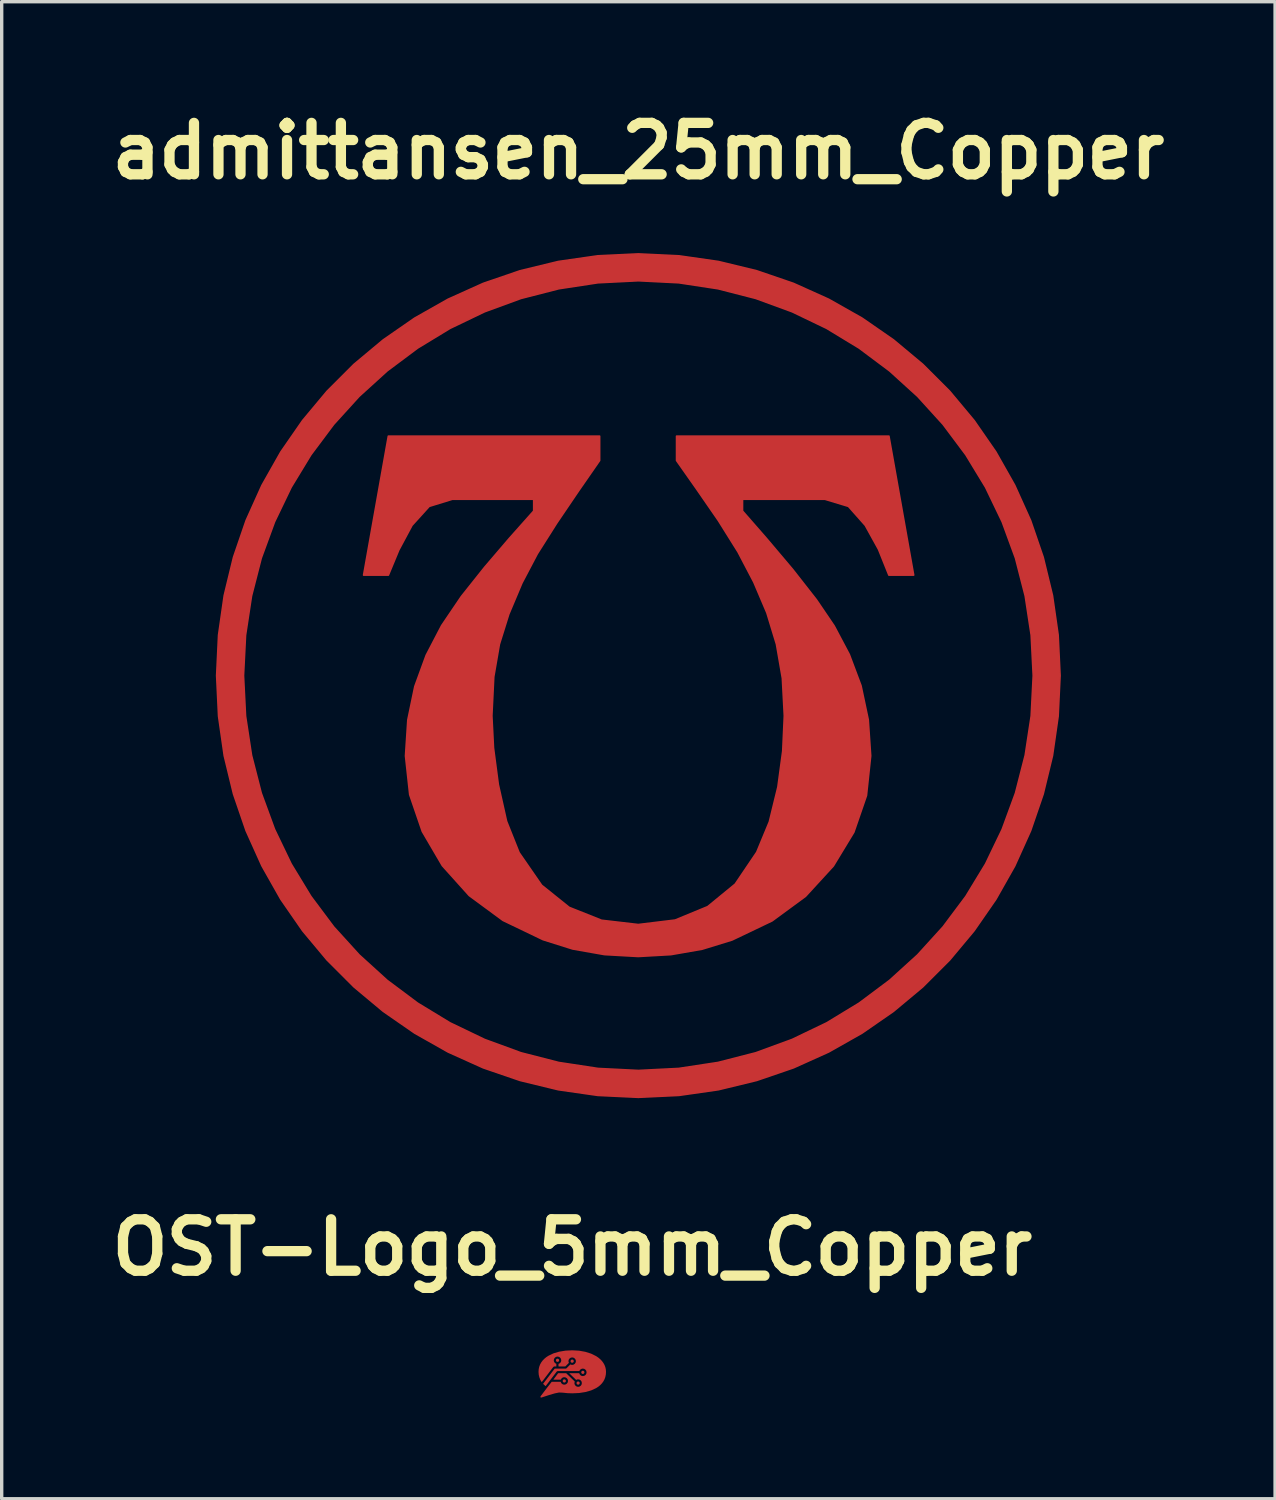
<source format=kicad_pcb>
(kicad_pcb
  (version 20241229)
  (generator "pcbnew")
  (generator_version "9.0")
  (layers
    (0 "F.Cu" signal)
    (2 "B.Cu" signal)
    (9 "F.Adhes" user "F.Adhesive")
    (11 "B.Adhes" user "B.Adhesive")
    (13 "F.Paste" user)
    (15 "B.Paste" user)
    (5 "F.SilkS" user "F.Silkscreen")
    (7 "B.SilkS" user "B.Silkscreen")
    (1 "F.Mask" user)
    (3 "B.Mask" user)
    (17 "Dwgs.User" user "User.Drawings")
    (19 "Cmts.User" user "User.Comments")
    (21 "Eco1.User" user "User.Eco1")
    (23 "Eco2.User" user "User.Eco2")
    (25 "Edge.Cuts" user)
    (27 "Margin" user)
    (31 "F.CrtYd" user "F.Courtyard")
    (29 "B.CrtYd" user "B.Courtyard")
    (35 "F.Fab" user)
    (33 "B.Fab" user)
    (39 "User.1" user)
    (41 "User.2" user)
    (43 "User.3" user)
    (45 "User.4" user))
  (footprint "admittansen_25mm_Copper"
    (layer "F.Cu")
    (at 15.871 16.975)
    (property "Reference" "admittansen_25mm_Copper" (at 0 -15.548 0) (layer "F.SilkS") (effects (font (size 1.524 1.524) (thickness 0.305))))
    (attr exclude_from_pos_files exclude_from_bom)
    (fp_poly (pts (xy -8.143 -2.979) (xy -7.41 -7.097) (xy -1.149 -7.097) (xy -1.149 -6.375) (xy -1.791 -5.449) (xy -2.422 -4.518) (xy -2.998 -3.608) (xy -3.452 -2.745) (xy -3.842 -1.82) (xy -4.12 -0.931) (xy -4.287 0.035) (xy -4.343 1.192) (xy -4.295 2.142) (xy -4.152 3.229) (xy -3.908 4.317) (xy -3.537 5.246) (xy -2.868 6.214) (xy -2.051 6.87) (xy -1.093 7.252) (xy -0.003 7.379) (xy 1.091 7.246) (xy 2.056 6.848) (xy 2.871 6.18) (xy 3.51 5.235) (xy 3.884 4.333) (xy 4.136 3.304) (xy 4.28 2.235) (xy 4.327 1.192) (xy 4.269 0.078) (xy 4.094 -0.931) (xy 3.81 -1.862) (xy 3.425 -2.767) (xy 2.956 -3.663) (xy 2.375 -4.592) (xy 1.741 -5.51) (xy 1.133 -6.375) (xy 1.133 -7.097) (xy 7.426 -7.097) (xy 8.159 -2.979) (xy 7.426 -2.979) (xy 7.119 -3.743) (xy 6.726 -4.454) (xy 6.227 -5.017) (xy 5.527 -5.229) (xy 3.086 -5.229) (xy 3.086 -4.879) (xy 3.802 -4.059) (xy 4.571 -3.149) (xy 5.277 -2.247) (xy 5.803 -1.472) (xy 6.251 -0.626) (xy 6.599 0.3) (xy 6.813 1.309) (xy 6.885 2.38) (xy 6.76 3.556) (xy 6.386 4.641) (xy 5.779 5.641) (xy 4.954 6.541) (xy 3.964 7.268) (xy 2.778 7.835) (xy 1.894 8.107) (xy 0.967 8.269) (xy -0.003 8.324) (xy -1.005 8.268) (xy -1.946 8.102) (xy -2.826 7.825) (xy -4.014 7.254) (xy -5.012 6.519) (xy -5.81 5.631) (xy -6.402 4.62) (xy -6.776 3.529) (xy -6.901 2.38) (xy -6.832 1.314) (xy -6.625 0.322) (xy -6.288 -0.602) (xy -5.829 -1.483) (xy -5.245 -2.345) (xy -4.555 -3.212) (xy -3.826 -4.064) (xy -3.101 -4.879) (xy -3.101 -5.229) (xy -5.511 -5.229) (xy -6.2 -5.017) (xy -6.71 -4.454) (xy -7.102 -3.722) (xy -7.41 -2.979) (xy -8.143 -2.979) (xy -8.143 -2.979)) (stroke (width 0.05) (type solid)) (fill yes) (layer "F.Cu"))
    (fp_poly (pts (xy 0 -12.5) (xy 0 -11.703) (xy 1.197 -11.643) (xy 2.36 -11.466) (xy 3.482 -11.178) (xy 4.557 -10.784) (xy 5.581 -10.292) (xy 6.545 -9.706) (xy 7.446 -9.032) (xy 8.277 -8.277) (xy 9.032 -7.446) (xy 9.706 -6.545) (xy 10.292 -5.581) (xy 10.784 -4.557) (xy 11.178 -3.482) (xy 11.466 -2.36) (xy 11.643 -1.197) (xy 11.703 0) (xy 11.643 1.197) (xy 11.466 2.36) (xy 11.178 3.482) (xy 10.784 4.557) (xy 10.292 5.581) (xy 9.706 6.545) (xy 9.032 7.446) (xy 8.277 8.277) (xy 7.446 9.032) (xy 6.545 9.706) (xy 5.581 10.292) (xy 4.557 10.784) (xy 3.482 11.178) (xy 2.36 11.466) (xy 1.197 11.643) (xy 0 11.703) (xy -1.197 11.643) (xy -2.36 11.466) (xy -3.482 11.178) (xy -4.557 10.784) (xy -5.581 10.292) (xy -6.545 9.706) (xy -7.446 9.032) (xy -8.277 8.277) (xy -9.032 7.446) (xy -9.706 6.545) (xy -10.292 5.581) (xy -10.784 4.557) (xy -11.178 3.482) (xy -11.466 2.36) (xy -11.643 1.197) (xy -11.703 0) (xy -11.643 -1.197) (xy -11.466 -2.36) (xy -11.178 -3.482) (xy -10.784 -4.557) (xy -10.292 -5.581) (xy -9.706 -6.545) (xy -9.032 -7.446) (xy -8.277 -8.277) (xy -7.446 -9.032) (xy -6.545 -9.706) (xy -5.581 -10.292) (xy -4.557 -10.784) (xy -3.482 -11.178) (xy -2.36 -11.466) (xy -1.197 -11.643) (xy 0 -11.703) (xy 0 -12.5) (xy -1.203 -12.443) (xy -2.374 -12.275) (xy -3.507 -12) (xy -4.598 -11.626) (xy -5.641 -11.156) (xy -6.631 -10.596) (xy -7.562 -9.951) (xy -8.429 -9.227) (xy -9.227 -8.429) (xy -9.951 -7.562) (xy -10.596 -6.631) (xy -11.156 -5.641) (xy -11.626 -4.598) (xy -12 -3.507) (xy -12.275 -2.374) (xy -12.443 -1.203) (xy -12.5 0) (xy -12.443 1.203) (xy -12.275 2.374) (xy -12 3.507) (xy -11.626 4.598) (xy -11.156 5.641) (xy -10.596 6.631) (xy -9.951 7.562) (xy -9.227 8.429) (xy -8.429 9.227) (xy -7.562 9.951) (xy -6.631 10.596) (xy -5.641 11.156) (xy -4.598 11.626) (xy -3.507 12) (xy -2.374 12.275) (xy -1.203 12.443) (xy 0 12.5) (xy 1.203 12.443) (xy 2.374 12.275) (xy 3.507 12) (xy 4.598 11.626) (xy 5.641 11.156) (xy 6.631 10.596) (xy 7.562 9.951) (xy 8.429 9.227) (xy 9.227 8.429) (xy 9.951 7.562) (xy 10.596 6.631) (xy 11.156 5.641) (xy 11.626 4.598) (xy 12 3.507) (xy 12.275 2.374) (xy 12.443 1.203) (xy 12.5 0) (xy 12.443 -1.203) (xy 12.275 -2.374) (xy 12 -3.507) (xy 11.626 -4.598) (xy 11.156 -5.641) (xy 10.596 -6.631) (xy 9.951 -7.562) (xy 9.227 -8.429) (xy 8.429 -9.227) (xy 7.562 -9.951) (xy 6.631 -10.596) (xy 5.641 -11.156) (xy 4.598 -11.626) (xy 3.507 -12) (xy 2.374 -12.275) (xy 1.203 -12.443) (xy 0 -12.5)) (stroke (width 0.047) (type solid)) (fill yes) (layer "F.Cu")))
  (footprint "OST-Logo_5mm_Copper"
    (layer "F.Cu")
    (at 13.912 37.673)
    (property "Reference" "OST-Logo_5mm_Copper" (at 0 -3.748 0) (layer "F.SilkS") (effects (font (size 1.524 1.524) (thickness 0.305))))
    (attr exclude_from_pos_files exclude_from_bom)
    (fp_poly (pts (xy -0.437 -0.452) (xy -0.456 -0.448) (xy -0.471 -0.438) (xy -0.481 -0.423) (xy -0.484 -0.404) (xy -0.481 -0.385) (xy -0.471 -0.37) (xy -0.456 -0.36) (xy -0.437 -0.356) (xy -0.418 -0.36) (xy -0.403 -0.37) (xy -0.393 -0.385) (xy -0.389 -0.404) (xy -0.393 -0.423) (xy -0.403 -0.438) (xy -0.418 -0.448) (xy -0.437 -0.452)) (stroke (width 0) (type solid)) (fill yes) (layer "F.Cu"))
    (fp_poly (pts (xy -0.236 0.16) (xy -0.255 0.164) (xy -0.27 0.174) (xy -0.28 0.189) (xy -0.284 0.208) (xy -0.28 0.227) (xy -0.27 0.242) (xy -0.255 0.252) (xy -0.236 0.256) (xy -0.218 0.252) (xy -0.203 0.242) (xy -0.192 0.227) (xy -0.189 0.208) (xy -0.192 0.189) (xy -0.203 0.174) (xy -0.218 0.164) (xy -0.236 0.16)) (stroke (width 0) (type solid)) (fill yes) (layer "F.Cu"))
    (fp_poly (pts (xy -0.003 -0.426) (xy -0.022 -0.422) (xy -0.037 -0.412) (xy -0.047 -0.397) (xy -0.051 -0.378) (xy -0.047 -0.359) (xy -0.037 -0.344) (xy -0.022 -0.334) (xy -0.003 -0.33) (xy 0.016 -0.334) (xy 0.031 -0.344) (xy 0.041 -0.359) (xy 0.045 -0.378) (xy 0.041 -0.397) (xy 0.031 -0.412) (xy 0.016 -0.422) (xy -0.003 -0.426)) (stroke (width 0) (type solid)) (fill yes) (layer "F.Cu"))
    (fp_poly (pts (xy 0.174 0.224) (xy 0.155 0.227) (xy 0.14 0.238) (xy 0.13 0.253) (xy 0.126 0.271) (xy 0.13 0.29) (xy 0.14 0.305) (xy 0.155 0.315) (xy 0.174 0.319) (xy 0.192 0.315) (xy 0.207 0.305) (xy 0.218 0.29) (xy 0.221 0.271) (xy 0.218 0.253) (xy 0.207 0.238) (xy 0.192 0.227) (xy 0.174 0.224)) (stroke (width 0) (type solid)) (fill yes) (layer "F.Cu"))
    (fp_poly (pts (xy 0.314 -0.095) (xy 0.295 -0.091) (xy 0.28 -0.081) (xy 0.27 -0.066) (xy 0.266 -0.047) (xy 0.27 -0.028) (xy 0.28 -0.013) (xy 0.295 -0.003) (xy 0.314 0.001) (xy 0.332 -0.003) (xy 0.347 -0.013) (xy 0.357 -0.028) (xy 0.361 -0.047) (xy 0.357 -0.066) (xy 0.347 -0.081) (xy 0.332 -0.091) (xy 0.314 -0.095)) (stroke (width 0) (type solid)) (fill yes) (layer "F.Cu"))
    (fp_poly (pts (xy -0.000016 -0.7) (xy -0.202 -0.69) (xy -0.389 -0.659) (xy -0.559 -0.609) (xy -0.707 -0.538) (xy -0.772 -0.496) (xy -0.829 -0.448) (xy -0.879 -0.396) (xy -0.921 -0.339) (xy -0.955 -0.277) (xy -0.98 -0.21) (xy -0.995 -0.139) (xy -1 -0.062) (xy -0.994 0.024) (xy -0.975 0.103) (xy -0.946 0.177) (xy -0.905 0.244) (xy -0.56 -0.209) (xy -0.535 -0.221) (xy -0.472 -0.221) (xy -0.472 -0.299) (xy -0.502 -0.315) (xy -0.526 -0.339) (xy -0.542 -0.369) (xy -0.548 -0.404) (xy -0.539 -0.447) (xy -0.515 -0.482) (xy -0.48 -0.506) (xy -0.437 -0.515) (xy -0.394 -0.506) (xy -0.359 -0.482) (xy -0.335 -0.447) (xy -0.326 -0.404) (xy -0.332 -0.368) (xy -0.35 -0.336) (xy -0.376 -0.312) (xy -0.408 -0.297) (xy -0.408 -0.221) (xy -0.207 -0.22) (xy -0.101 -0.327) (xy -0.114 -0.378) (xy -0.105 -0.421) (xy -0.081 -0.456) (xy -0.046 -0.48) (xy -0.003 -0.489) (xy 0.04 -0.48) (xy 0.075 -0.456) (xy 0.099 -0.421) (xy 0.108 -0.378) (xy 0.099 -0.335) (xy 0.075 -0.3) (xy 0.04 -0.276) (xy -0.003 -0.267) (xy -0.031 -0.271) (xy -0.057 -0.282) (xy -0.172 -0.166) (xy -0.194 -0.157) (xy -0.52 -0.158) (xy -0.865 0.294) (xy -0.79 0.363) (xy -0.458 -0.073) (xy -0.433 -0.085) (xy 0.21 -0.085) (xy 0.226 -0.114) (xy 0.25 -0.137) (xy 0.28 -0.152) (xy 0.314 -0.158) (xy 0.357 -0.149) (xy 0.392 -0.125) (xy 0.416 -0.09) (xy 0.424 -0.047) (xy 0.416 -0.004) (xy 0.392 0.032) (xy 0.357 0.055) (xy 0.314 0.064) (xy 0.276 0.058) (xy 0.245 0.04) (xy 0.221 0.012) (xy 0.206 -0.022) (xy -0.092 -0.022) (xy 0.115 0.178) (xy 0.143 0.165) (xy 0.174 0.161) (xy 0.217 0.169) (xy 0.252 0.193) (xy 0.276 0.228) (xy 0.284 0.271) (xy 0.276 0.315) (xy 0.252 0.35) (xy 0.217 0.374) (xy 0.174 0.383) (xy 0.131 0.374) (xy 0.096 0.35) (xy 0.072 0.315) (xy 0.063 0.271) (xy 0.074 0.225) (xy -0.181 -0.022) (xy -0.418 -0.022) (xy -0.561 0.171) (xy -0.34 0.171) (xy -0.324 0.142) (xy -0.3 0.118) (xy -0.271 0.102) (xy -0.236 0.097) (xy -0.193 0.106) (xy -0.158 0.13) (xy -0.134 0.165) (xy -0.126 0.208) (xy -0.134 0.251) (xy -0.158 0.286) (xy -0.193 0.31) (xy -0.236 0.319) (xy -0.273 0.313) (xy -0.305 0.295) (xy -0.329 0.268) (xy -0.343 0.234) (xy -0.61 0.234) (xy -0.739 0.399) (xy -0.932 0.653) (xy -0.944 0.674) (xy -0.941 0.695) (xy -0.929 0.7) (xy -0.914 0.699) (xy -0.895 0.694) (xy -0.684 0.625) (xy -0.515 0.576) (xy -0.392 0.551) (xy -0.279 0.556) (xy -0.143 0.57) (xy -0.000011 0.575) (xy 0.202 0.566) (xy 0.389 0.537) (xy 0.559 0.489) (xy 0.707 0.421) (xy 0.772 0.379) (xy 0.829 0.332) (xy 0.879 0.28) (xy 0.921 0.223) (xy 0.955 0.16) (xy 0.98 0.091) (xy 0.995 0.017) (xy 1 -0.063) (xy 0.995 -0.134) (xy 0.98 -0.202) (xy 0.955 -0.267) (xy 0.921 -0.327) (xy 0.879 -0.384) (xy 0.829 -0.436) (xy 0.772 -0.484) (xy 0.707 -0.528) (xy 0.559 -0.601) (xy 0.389 -0.655) (xy 0.202 -0.689) (xy -0.000011 -0.7) (xy -0.000016 -0.7)) (stroke (width 0) (type solid)) (fill yes) (layer "F.Cu")))
  (gr_rect
    (start -3 -3)
    (end 34.743 41.373)
    (stroke (width 0.1) (type default))
    (fill no)
    (layer "Edge.Cuts")))
</source>
